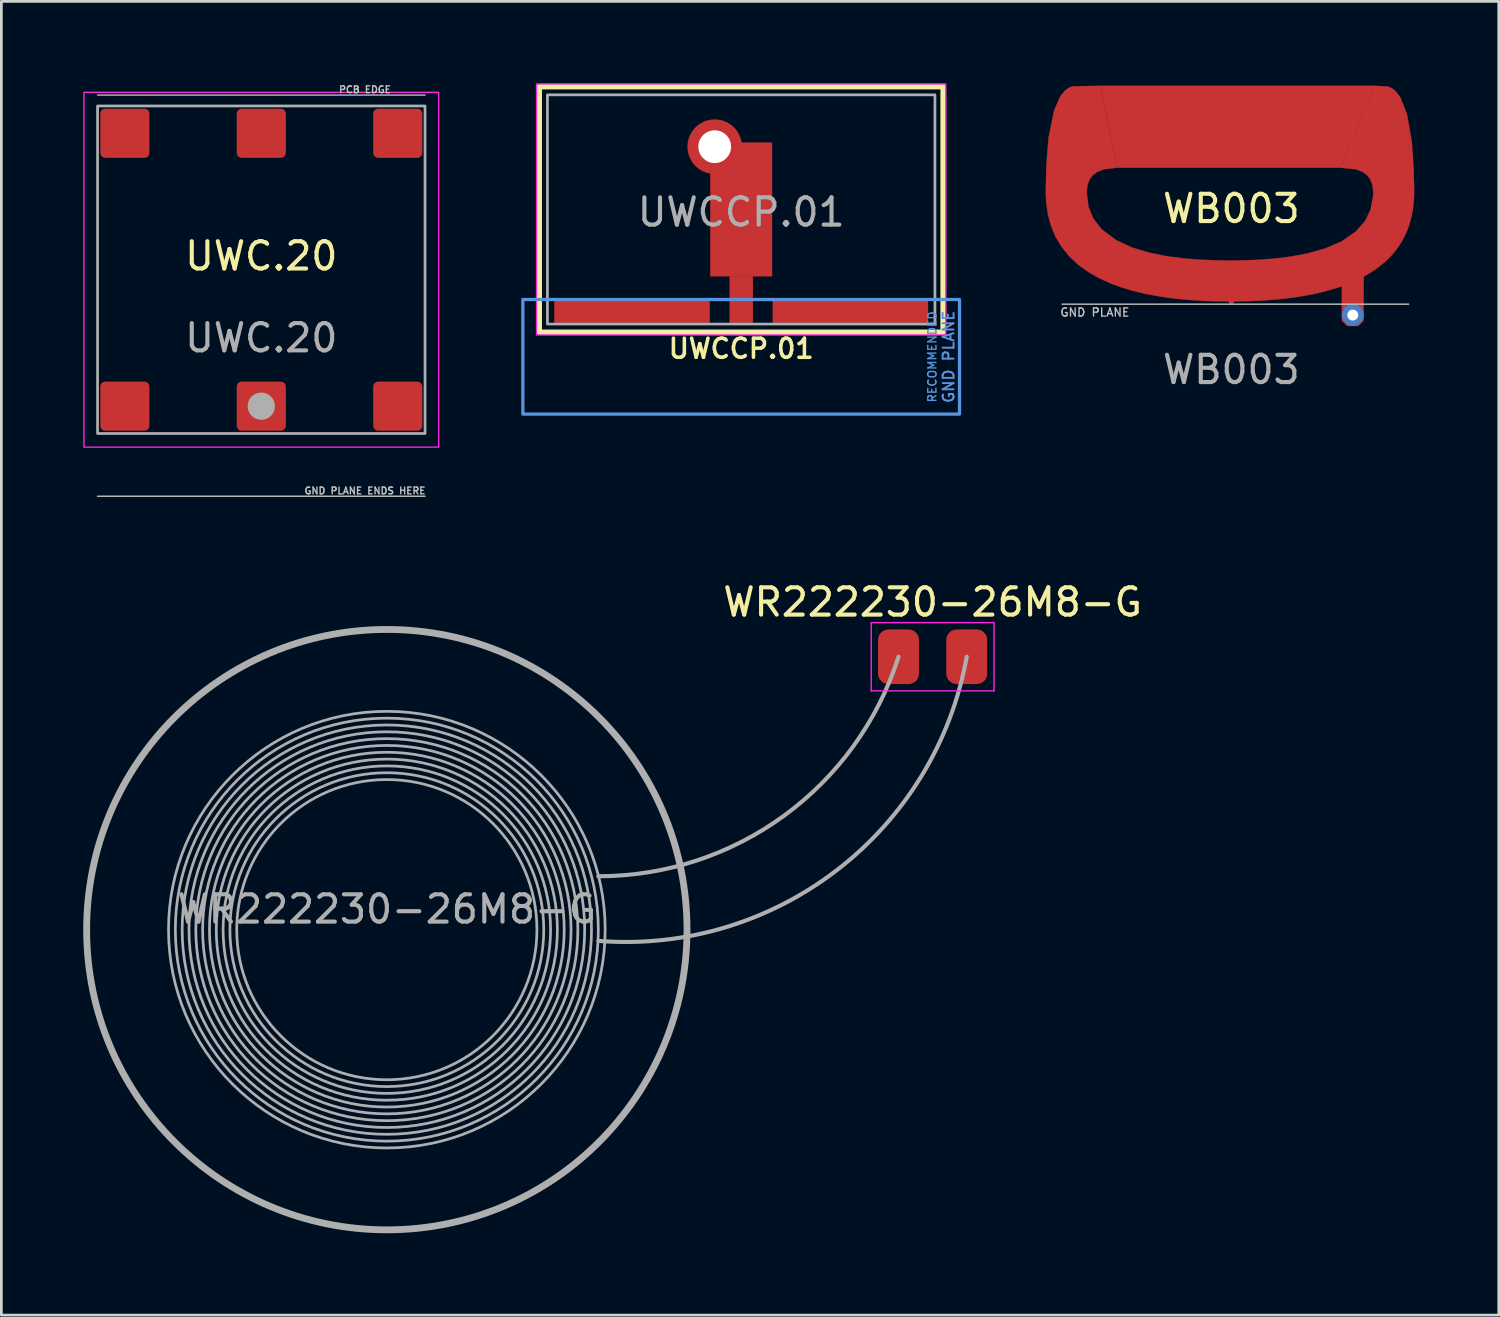
<source format=kicad_pcb>
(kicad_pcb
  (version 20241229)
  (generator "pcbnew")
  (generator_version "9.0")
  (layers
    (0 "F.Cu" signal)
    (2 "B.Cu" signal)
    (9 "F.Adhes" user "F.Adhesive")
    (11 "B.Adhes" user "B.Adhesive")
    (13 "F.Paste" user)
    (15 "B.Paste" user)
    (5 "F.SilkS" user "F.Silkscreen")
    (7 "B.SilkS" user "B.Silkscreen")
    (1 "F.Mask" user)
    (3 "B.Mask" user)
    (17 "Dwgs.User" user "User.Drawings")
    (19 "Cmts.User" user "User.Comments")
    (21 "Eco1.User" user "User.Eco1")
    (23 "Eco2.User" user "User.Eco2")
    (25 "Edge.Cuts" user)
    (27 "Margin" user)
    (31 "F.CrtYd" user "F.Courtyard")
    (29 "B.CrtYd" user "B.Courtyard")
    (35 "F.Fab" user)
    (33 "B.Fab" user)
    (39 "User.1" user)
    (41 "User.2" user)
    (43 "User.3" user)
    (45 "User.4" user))
  (footprint "UWCCP.01"
    (layer "F.Cu")
    (at 24.11 8.825)
    (property "Reference" "UWCCP.01" (at 0 0.9 0) (unlocked yes) (layer "F.SilkS") (effects (font (size 0.7 0.7) (thickness 0.13))))
    (attr smd)
    (fp_rect (start -7.4 0.3) (end 7.4 -8.7) (stroke (width 0.2) (type solid)) (fill no) (layer "F.SilkS"))
    (fp_rect (start -8 -0.9) (end 8 3.3) (stroke (width 0.12) (type solid)) (fill no) (layer "Cmts.User"))
    (fp_rect (start -7.5 -8.8) (end 7.5 0.4) (stroke (width 0.05) (type solid)) (fill no) (layer "F.CrtYd"))
    (fp_rect (start -7.1 0) (end 7.1 -8.4) (stroke (width 0.1) (type solid)) (fill no) (layer "F.Fab"))
    (fp_text user "RECOMMENDED" (at 7 1.2 90) (unlocked yes) (layer "Cmts.User") (effects (font (size 0.3 0.3) (thickness 0.05))))
    (fp_text user "GND PLANE" (at 7.6 1.2 90) (unlocked yes) (layer "Cmts.User") (effects (font (size 0.4 0.4) (thickness 0.07))))
    (fp_text user "${REFERENCE}" (at 0 -4.1 0) (unlocked yes) (layer "F.Fab") (effects (font (size 1 1) (thickness 0.15))))
    (pad "" np_thru_hole circle (at -0.97 -6.5) (size 1.2 1.2) (drill 1.2) (layers "*.Cu" "*.Mask"))
    (pad "1" smd circle (at -0.97 -6.5) (size 2 2) (layers "F.Cu" "F.Mask" "F.Paste"))
    (pad "1" smd rect (at 0 -4.2) (size 2.27 4.91) (layers "F.Cu" "F.Mask" "F.Paste"))
    (pad "1" smd rect (at 0 -0.9) (size 0.86 1.71) (layers "F.Cu" "F.Mask" "F.Paste"))
    (pad "2" smd rect (at -4 -0.5 90) (size 0.91 5.7) (layers "F.Cu" "F.Mask" "F.Paste"))
    (pad "2" smd rect (at 4 -0.5 90) (size 0.91 5.7) (layers "F.Cu" "F.Mask" "F.Paste")))
  (footprint "UWC.20"
    (layer "F.Cu")
    (at 6.525 6.834)
    (property "Reference" "UWC.20" (at 0 -0.5 0) (unlocked yes) (layer "F.SilkS") (effects (font (size 1 1) (thickness 0.15))))
    (attr smd)
    (fp_line (start -6 -6.4) (end 6 -6.4) (stroke (width 0.05) (type solid)) (layer "Dwgs.User"))
    (fp_line (start -6 8.3) (end 6 8.3) (stroke (width 0.05) (type solid)) (layer "Dwgs.User"))
    (fp_rect (start -6.5 -6.5) (end 6.5 6.5) (stroke (width 0.05) (type solid)) (fill no) (layer "F.CrtYd"))
    (fp_rect (start -6 -6) (end 6 6) (stroke (width 0.1) (type solid)) (fill no) (layer "F.Fab"))
    (fp_circle (center 0 5) (end 0.25 5) (stroke (width 0.5) (type solid)) (fill no) (layer "F.Fab"))
    (fp_text user "PCB EDGE" (at 3.8 -6.6 0) (unlocked yes) (layer "Dwgs.User") (effects (font (size 0.25 0.25) (thickness 0.05))))
    (fp_text user "GND PLANE ENDS HERE" (at 3.8 8.1 0) (unlocked yes) (layer "Dwgs.User") (effects (font (size 0.25 0.25) (thickness 0.05))))
    (fp_text user "${REFERENCE}" (at 0 2.5 0) (unlocked yes) (layer "F.Fab") (effects (font (size 1 1) (thickness 0.15))))
    (pad "1" smd roundrect (at 0 5) (size 1.8 1.8) (layers "F.Cu" "F.Mask" "F.Paste") (roundrect_rratio 0.1))
    (pad "2" smd roundrect (at 5 5) (size 1.8 1.8) (layers "F.Cu" "F.Mask" "F.Paste") (roundrect_rratio 0.1))
    (pad "3" smd roundrect (at 5 -5) (size 1.8 1.8) (layers "F.Cu" "F.Mask" "F.Paste") (roundrect_rratio 0.1))
    (pad "4" smd roundrect (at 0 -5) (size 1.8 1.8) (layers "F.Cu" "F.Mask" "F.Paste") (roundrect_rratio 0.1))
    (pad "5" smd roundrect (at -5 -5) (size 1.8 1.8) (layers "F.Cu" "F.Mask" "F.Paste") (roundrect_rratio 0.1))
    (pad "6" smd roundrect (at -5 5) (size 1.8 1.8) (layers "F.Cu" "F.Mask" "F.Paste") (roundrect_rratio 0.1)))
  (footprint "WR222230-26M8-G"
    (layer "F.Cu")
    (at 31.125 21.016)
    (property "Reference" "WR222230-26M8-G" (at 0 -2 0) (layer "F.SilkS") (effects (font (size 1 1) (thickness 0.15))))
    (attr through_hole)
    (fp_line (start -2.25 -1.25) (end 2.25 -1.25) (stroke (width 0.05) (type solid)) (layer "F.CrtYd"))
    (fp_line (start -2.25 1.25) (end -2.25 -1.25) (stroke (width 0.05) (type solid)) (layer "F.CrtYd"))
    (fp_line (start 2.25 -1.25) (end 2.25 1.25) (stroke (width 0.05) (type solid)) (layer "F.CrtYd"))
    (fp_line (start 2.25 1.25) (end -2.25 1.25) (stroke (width 0.05) (type solid)) (layer "F.CrtYd"))
    (fp_arc (start -1.25 0) (mid -5.43648 5.818044) (end -12.25 8.043396) (stroke (width 0.15) (type solid)) (layer "F.Fab"))
    (fp_arc (start 1.25 0) (mid -3.492351 7.80641) (end -12.246915 10.411701) (stroke (width 0.15) (type solid)) (layer "F.Fab"))
    (fp_circle (center -20 10) (end -31 10) (stroke (width 0.25) (type solid)) (fill no) (layer "F.Fab"))
    (fp_circle (center -20 10) (end -28 10) (stroke (width 0.1) (type solid)) (fill no) (layer "F.Fab"))
    (fp_circle (center -20 10) (end -27.75 10) (stroke (width 0.1) (type solid)) (fill no) (layer "F.Fab"))
    (fp_circle (center -20 10) (end -27.5 10) (stroke (width 0.1) (type solid)) (fill no) (layer "F.Fab"))
    (fp_circle (center -20 10) (end -27.25 10) (stroke (width 0.1) (type solid)) (fill no) (layer "F.Fab"))
    (fp_circle (center -20 10) (end -27 10) (stroke (width 0.1) (type solid)) (fill no) (layer "F.Fab"))
    (fp_circle (center -20 10) (end -26.75 10) (stroke (width 0.1) (type solid)) (fill no) (layer "F.Fab"))
    (fp_circle (center -20 10) (end -26.5 10) (stroke (width 0.1) (type solid)) (fill no) (layer "F.Fab"))
    (fp_circle (center -20 10) (end -26.25 10) (stroke (width 0.1) (type solid)) (fill no) (layer "F.Fab"))
    (fp_circle (center -20 10) (end -26 10) (stroke (width 0.1) (type solid)) (fill no) (layer "F.Fab"))
    (fp_circle (center -20 10) (end -25.75 10) (stroke (width 0.1) (type solid)) (fill no) (layer "F.Fab"))
    (fp_circle (center -20 10) (end -25.5 10) (stroke (width 0.1) (type solid)) (fill no) (layer "F.Fab"))
    (fp_text user "${REFERENCE}" (at -20 9.25 0) (layer "F.Fab") (effects (font (size 1 1) (thickness 0.15))))
    (pad "1" smd roundrect (at -1.25 0) (size 1.5 2) (layers "F.Cu" "F.Mask" "F.Paste") (roundrect_rratio 0.25))
    (pad "2" smd roundrect (at 1.25 0) (size 1.5 2) (layers "F.Cu" "F.Mask" "F.Paste") (roundrect_rratio 0.25)))
  (footprint "WB003"
    (layer "F.Cu")
    (at 42.07 8.091)
    (property "Reference" "WB003" (at 0 -3.495 0) (unlocked yes) (layer "F.SilkS") (effects (font (size 1 1) (thickness 0.15))))
    (attr smd exclude_from_pos_files exclude_from_bom)
    (fp_poly (pts (xy 3.991 -4.995) (xy -4.17 -4.995) (xy -4.802 -7.995) (xy 5.254 -7.995)) (stroke (width 0.01) (type solid)) (fill yes) (layer "F.Cu"))
    (fp_poly (pts (xy 5.73 -7.974) (xy 5.873 -7.915) (xy 6.022 -7.799) (xy 6.2 -7.561) (xy 6.439 -6.944) (xy 6.613 -5.955) (xy 6.684 -4.952) (xy 6.692 -4.523) (xy 6.7 -4.244) (xy 6.698 -3.995) (xy 6.689 -3.806) (xy 6.672 -3.614) (xy 6.646 -3.424) (xy 6.61 -3.236) (xy 6.564 -3.049) (xy 6.508 -2.866) (xy 6.44 -2.686) (xy 6.363 -2.51) (xy 6.273 -2.34) (xy 6.174 -2.175) (xy 6.064 -2.018) (xy 5.944 -1.868) (xy 5.882 -1.795) (xy 5.749 -1.656) (xy 5.608 -1.525) (xy 5.307 -1.286) (xy 5.066 -1.128) (xy 4.85 -1.003) (xy 4.85 0.605) (xy 4.65 0.805) (xy 4.25 0.805) (xy 4.05 0.605) (xy 4.05 -0.652) (xy 3.853 -0.586) (xy 3.654 -0.526) (xy 3.454 -0.471) (xy 3.253 -0.42) (xy 3.051 -0.375) (xy 2.847 -0.334) (xy 2.643 -0.297) (xy 2.438 -0.263) (xy 2.233 -0.234) (xy 1.924 -0.195) (xy 1.717 -0.174) (xy 1.511 -0.155) (xy 1.304 -0.139) (xy 1.097 -0.126) (xy 0.89 -0.115) (xy 0.683 -0.107) (xy 0.579 -0.104) (xy 0.268 -0.097) (xy -0.002 -0.095) (xy -0.098 -0.095) (xy -0.237 -0.097) (xy -0.542 -0.1) (xy -0.986 -0.115) (xy -1.429 -0.141) (xy -1.65 -0.16) (xy -1.837 -0.179) (xy -2.091 -0.205) (xy -2.311 -0.231) (xy -2.75 -0.298) (xy -3.186 -0.382) (xy -3.617 -0.487) (xy -4.042 -0.615) (xy -4.458 -0.77) (xy -4.861 -0.956) (xy -5.246 -1.177) (xy -5.605 -1.437) (xy -5.93 -1.739) (xy -6.211 -2.082) (xy -6.44 -2.462) (xy -6.611 -2.871) (xy -6.725 -3.299) (xy -6.786 -3.739) (xy -6.8 -4.095) (xy -6.778 -5.1) (xy -6.696 -6.102) (xy -6.498 -7.087) (xy -6.27 -7.61) (xy -6.099 -7.821) (xy -5.952 -7.927) (xy -5.808 -7.98) (xy -4.804 -7.995) (xy -4.172 -4.995) (xy -4.668 -4.938) (xy -4.92 -4.836) (xy -5.077 -4.717) (xy -5.187 -4.573) (xy -5.265 -4.384) (xy -5.3 -4.095) (xy -5.232 -3.561) (xy -5.055 -3.132) (xy -4.753 -2.741) (xy -4.235 -2.35) (xy -3.645 -2.075) (xy -3.022 -1.886) (xy -2.384 -1.757) (xy -1.739 -1.672) (xy -1.09 -1.622) (xy -0.439 -1.598) (xy 0.212 -1.596) (xy 0.863 -1.615) (xy 1.512 -1.66) (xy 2.159 -1.737) (xy 2.799 -1.857) (xy 3.425 -2.033) (xy 4.024 -2.288) (xy 4.56 -2.654) (xy 4.9 -3.043) (xy 5.102 -3.459) (xy 5.196 -3.961) (xy 5.2 -4.095) (xy 5.164 -4.384) (xy 5.087 -4.573) (xy 4.977 -4.717) (xy 4.82 -4.837) (xy 4.568 -4.938) (xy 3.989 -4.995) (xy 5.252 -7.995)) (stroke (width 0.01) (type solid)) (fill yes) (layer "F.Cu"))
    (fp_poly (pts (xy 5.73 -7.97) (xy 5.873 -7.911) (xy 6.022 -7.795) (xy 6.2 -7.557) (xy 6.439 -6.94) (xy 6.613 -5.951) (xy 6.684 -4.948) (xy 6.7 -4.091) (xy 6.696 -3.898) (xy 6.683 -3.706) (xy 6.646 -3.421) (xy 6.59 -3.138) (xy 6.539 -2.953) (xy 6.477 -2.771) (xy 6.363 -2.507) (xy 6.226 -2.252) (xy 6.121 -2.091) (xy 6.006 -1.937) (xy 5.816 -1.722) (xy 5.534 -1.46) (xy 5.307 -1.282) (xy 5.066 -1.124) (xy 4.85 -0.995) (xy 4.85 0.605) (xy 4.65 0.805) (xy 4.25 0.805) (xy 4.05 0.605) (xy 4.05 -0.648) (xy 3.753 -0.552) (xy 3.454 -0.467) (xy 2.847 -0.33) (xy 2.438 -0.259) (xy 2.027 -0.203) (xy 1.717 -0.17) (xy 1.408 -0.143) (xy 0.993 -0.116) (xy 0.683 -0.104) (xy 0.324 -0.095) (xy -0.133 -0.095) (xy -0.542 -0.096) (xy -0.986 -0.111) (xy -1.208 -0.124) (xy -1.65 -0.156) (xy -2.091 -0.201) (xy -2.531 -0.261) (xy -2.968 -0.336) (xy -3.402 -0.431) (xy -4.042 -0.611) (xy -4.458 -0.766) (xy -4.861 -0.952) (xy -5.246 -1.173) (xy -5.605 -1.433) (xy -5.93 -1.735) (xy -6.211 -2.078) (xy -6.44 -2.458) (xy -6.611 -2.867) (xy -6.725 -3.295) (xy -6.786 -3.735) (xy -6.8 -4.091) (xy -6.778 -5.096) (xy -6.696 -6.098) (xy -6.498 -7.083) (xy -6.27 -7.606) (xy -6.099 -7.817) (xy -5.952 -7.923) (xy -5.808 -7.976) (xy -4.804 -7.991) (xy 5.252 -7.991)) (stroke (width 0.2) (type solid)) (fill yes) (layer "F.Mask"))
    (fp_line (start -6.2 0.005) (end 6.5 0.005) (stroke (width 0.05) (type solid)) (layer "Dwgs.User"))
    (fp_text user "GND PLANE" (at -5 0.305 0) (unlocked yes) (layer "Dwgs.User") (effects (font (size 0.3 0.3) (thickness 0.05))))
    (fp_text user "${REFERENCE}" (at 0 2.405 0) (unlocked yes) (layer "F.Fab") (effects (font (size 1 1) (thickness 0.15))))
    (pad "1" smd circle (at 0 -0.095) (size 0.2 0.2) (layers "F.Cu"))
    (pad "2" thru_hole circle (at 4.45 0.405) (size 0.8 0.8) (drill 0.4) (layers "*.Cu" "*.Mask")))
  (gr_rect
    (start -3 -3)
    (end 51.87 45.141)
    (stroke (width 0.1) (type default))
    (fill no)
    (layer "Edge.Cuts")))
</source>
